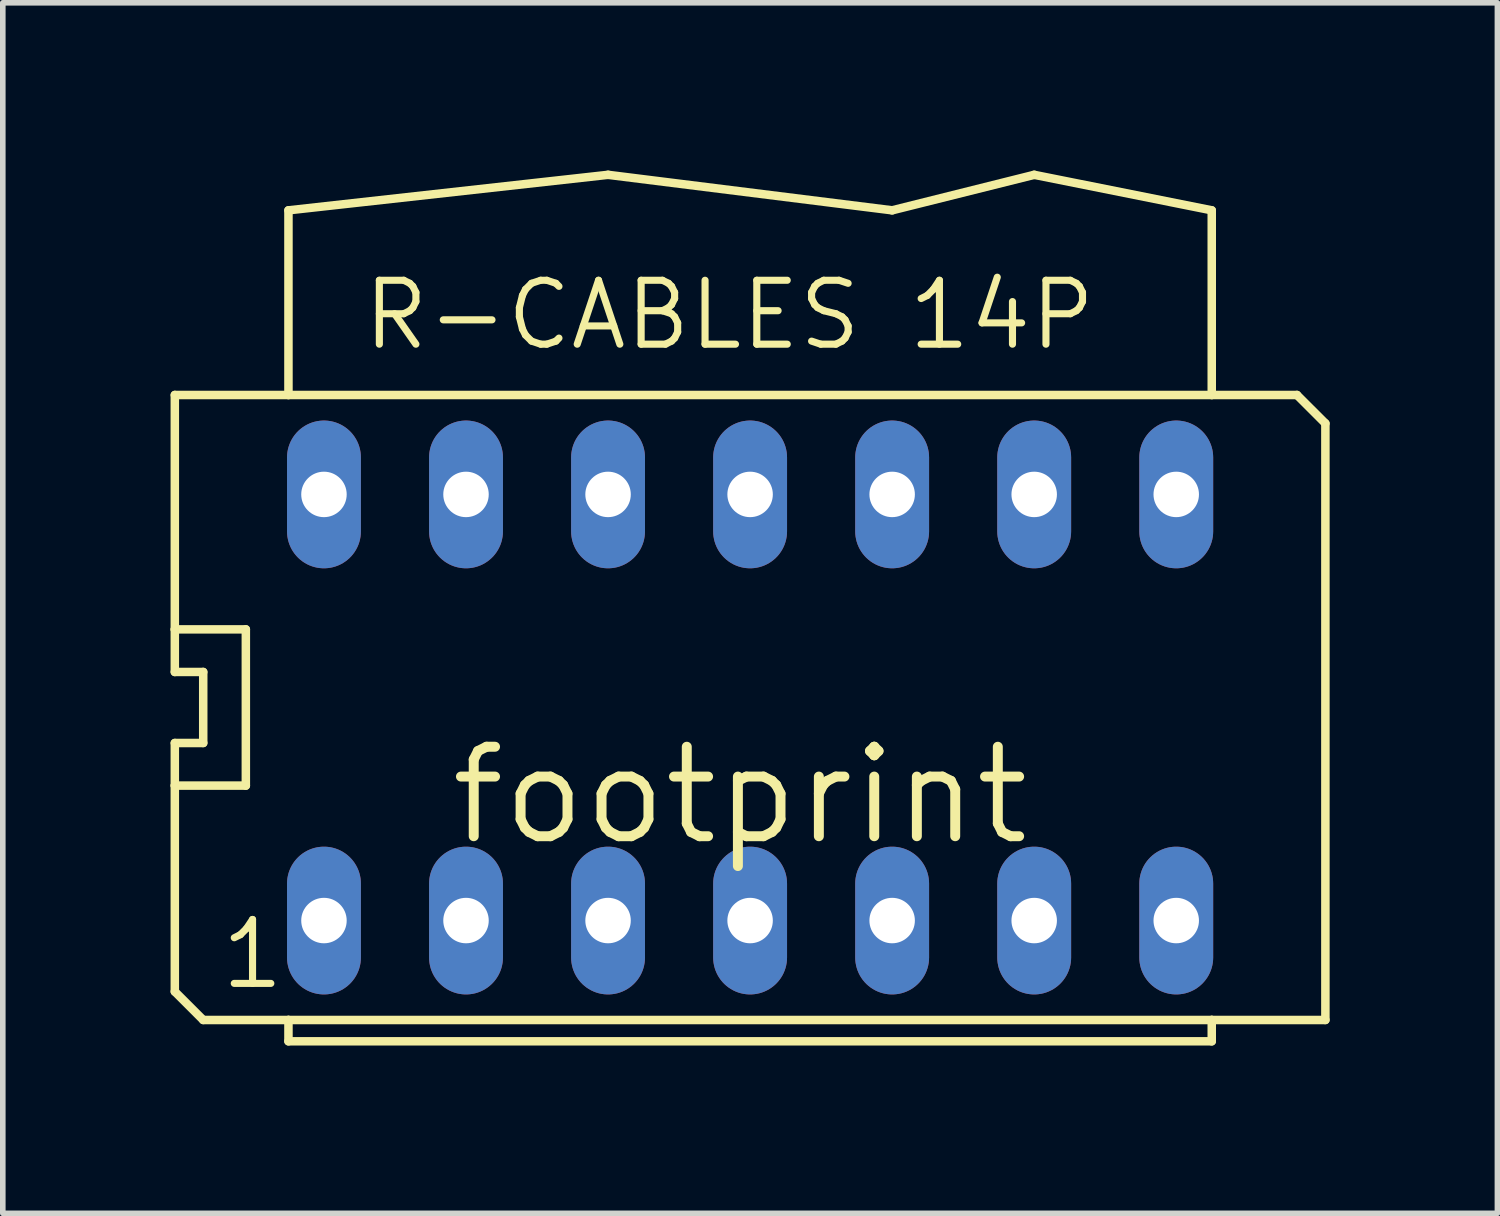
<source format=kicad_pcb>
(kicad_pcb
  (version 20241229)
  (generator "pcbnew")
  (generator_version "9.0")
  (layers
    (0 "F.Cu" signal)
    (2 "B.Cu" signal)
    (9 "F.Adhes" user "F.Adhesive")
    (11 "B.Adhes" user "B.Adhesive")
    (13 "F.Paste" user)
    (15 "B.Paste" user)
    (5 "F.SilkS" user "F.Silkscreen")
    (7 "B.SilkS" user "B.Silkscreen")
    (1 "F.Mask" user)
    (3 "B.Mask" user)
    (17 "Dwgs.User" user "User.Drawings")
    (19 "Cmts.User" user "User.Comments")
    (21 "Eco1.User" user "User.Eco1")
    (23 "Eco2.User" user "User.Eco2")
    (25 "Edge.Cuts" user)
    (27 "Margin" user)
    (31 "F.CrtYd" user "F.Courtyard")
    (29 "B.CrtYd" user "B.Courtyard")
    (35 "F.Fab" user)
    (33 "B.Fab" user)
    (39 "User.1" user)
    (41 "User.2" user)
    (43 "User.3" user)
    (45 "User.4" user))
  (footprint "footprint"
    (layer "F.Cu")
    (at 10.363 9.601)
    (property "Reference" "footprint" (at 5.08 0.635 0) (layer "F.SilkS") (effects (font (size 1.6 1.6) (thickness 0.178)) (justify right top)))
    (fp_line (start -10.287 -1.397) (end -10.287 -5.588) (stroke (width 0.152) (type solid)) (layer "F.SilkS"))
    (fp_line (start -10.287 -0.635) (end -10.287 -1.397) (stroke (width 0.152) (type solid)) (layer "F.SilkS"))
    (fp_line (start -10.287 0.635) (end -9.779 0.635) (stroke (width 0.152) (type solid)) (layer "F.SilkS"))
    (fp_line (start -10.287 1.397) (end -10.287 0.635) (stroke (width 0.152) (type solid)) (layer "F.SilkS"))
    (fp_line (start -10.287 1.397) (end -9.017 1.397) (stroke (width 0.152) (type solid)) (layer "F.SilkS"))
    (fp_line (start -10.287 5.08) (end -10.287 1.397) (stroke (width 0.152) (type solid)) (layer "F.SilkS"))
    (fp_line (start -9.779 -0.635) (end -10.287 -0.635) (stroke (width 0.152) (type solid)) (layer "F.SilkS"))
    (fp_line (start -9.779 -0.635) (end -9.779 0.635) (stroke (width 0.152) (type solid)) (layer "F.SilkS"))
    (fp_line (start -9.779 5.588) (end -10.287 5.08) (stroke (width 0.152) (type solid)) (layer "F.SilkS"))
    (fp_line (start -9.779 5.588) (end -8.255 5.588) (stroke (width 0.152) (type solid)) (layer "F.SilkS"))
    (fp_line (start -9.017 -1.397) (end -10.287 -1.397) (stroke (width 0.152) (type solid)) (layer "F.SilkS"))
    (fp_line (start -9.017 -1.397) (end -9.017 1.397) (stroke (width 0.152) (type solid)) (layer "F.SilkS"))
    (fp_line (start -8.255 -8.89) (end -8.255 -5.588) (stroke (width 0.152) (type solid)) (layer "F.SilkS"))
    (fp_line (start -8.255 -8.89) (end -2.54 -9.525) (stroke (width 0.152) (type solid)) (layer "F.SilkS"))
    (fp_line (start -8.255 -5.588) (end -10.287 -5.588) (stroke (width 0.152) (type solid)) (layer "F.SilkS"))
    (fp_line (start -8.255 5.588) (end 8.255 5.588) (stroke (width 0.152) (type solid)) (layer "F.SilkS"))
    (fp_line (start -8.255 5.969) (end -8.255 5.588) (stroke (width 0.152) (type solid)) (layer "F.SilkS"))
    (fp_line (start -8.255 5.969) (end 8.255 5.969) (stroke (width 0.152) (type solid)) (layer "F.SilkS"))
    (fp_line (start -2.54 -9.525) (end 2.54 -8.89) (stroke (width 0.152) (type solid)) (layer "F.SilkS"))
    (fp_line (start 2.54 -8.89) (end 5.08 -9.525) (stroke (width 0.152) (type solid)) (layer "F.SilkS"))
    (fp_line (start 5.08 -9.525) (end 8.255 -8.89) (stroke (width 0.152) (type solid)) (layer "F.SilkS"))
    (fp_line (start 8.255 -5.588) (end -8.255 -5.588) (stroke (width 0.152) (type solid)) (layer "F.SilkS"))
    (fp_line (start 8.255 -5.588) (end 8.255 -8.89) (stroke (width 0.152) (type solid)) (layer "F.SilkS"))
    (fp_line (start 8.255 5.588) (end 8.255 5.969) (stroke (width 0.152) (type solid)) (layer "F.SilkS"))
    (fp_line (start 8.255 5.588) (end 10.287 5.588) (stroke (width 0.152) (type solid)) (layer "F.SilkS"))
    (fp_line (start 9.779 -5.588) (end 8.255 -5.588) (stroke (width 0.152) (type solid)) (layer "F.SilkS"))
    (fp_line (start 10.287 -5.08) (end 9.779 -5.588) (stroke (width 0.152) (type solid)) (layer "F.SilkS"))
    (fp_line (start 10.287 5.588) (end 10.287 -5.08) (stroke (width 0.152) (type solid)) (layer "F.SilkS"))
    (fp_text user "R-CABLES 14P" (at -6.985 -6.35 0) (layer "F.SilkS") (effects (font (size 1.143 1.143) (thickness 0.127)) (justify left bottom)))
    (fp_text user "1" (at -9.525 5.08 0) (layer "F.SilkS") (effects (font (size 1.143 1.143) (thickness 0.127)) (justify left bottom)))
    (pad "1" thru_hole oval (at -7.62 3.81 90) (size 2.642 1.321) (drill 0.813) (layers "*.Cu" "*.Mask"))
    (pad "2" thru_hole oval (at -5.08 3.81 90) (size 2.642 1.321) (drill 0.813) (layers "*.Cu" "*.Mask"))
    (pad "3" thru_hole oval (at -2.54 3.81 90) (size 2.642 1.321) (drill 0.813) (layers "*.Cu" "*.Mask"))
    (pad "4" thru_hole oval (at 0 3.81 90) (size 2.642 1.321) (drill 0.813) (layers "*.Cu" "*.Mask"))
    (pad "5" thru_hole oval (at 2.54 3.81 90) (size 2.642 1.321) (drill 0.813) (layers "*.Cu" "*.Mask"))
    (pad "6" thru_hole oval (at 5.08 3.81 90) (size 2.642 1.321) (drill 0.813) (layers "*.Cu" "*.Mask"))
    (pad "7" thru_hole oval (at 7.62 3.81 90) (size 2.642 1.321) (drill 0.813) (layers "*.Cu" "*.Mask"))
    (pad "8" thru_hole oval (at 7.62 -3.81 90) (size 2.642 1.321) (drill 0.813) (layers "*.Cu" "*.Mask"))
    (pad "9" thru_hole oval (at 5.08 -3.81 90) (size 2.642 1.321) (drill 0.813) (layers "*.Cu" "*.Mask"))
    (pad "10" thru_hole oval (at 2.54 -3.81 90) (size 2.642 1.321) (drill 0.813) (layers "*.Cu" "*.Mask"))
    (pad "11" thru_hole oval (at 0 -3.81 90) (size 2.642 1.321) (drill 0.813) (layers "*.Cu" "*.Mask"))
    (pad "12" thru_hole oval (at -2.54 -3.81 90) (size 2.642 1.321) (drill 0.813) (layers "*.Cu" "*.Mask"))
    (pad "13" thru_hole oval (at -5.08 -3.81 90) (size 2.642 1.321) (drill 0.813) (layers "*.Cu" "*.Mask"))
    (pad "14" thru_hole oval (at -7.62 -3.81 90) (size 2.642 1.321) (drill 0.813) (layers "*.Cu" "*.Mask")))
  (gr_rect
    (start -3 -3)
    (end 23.726 18.646)
    (stroke (width 0.1) (type default))
    (fill no)
    (layer "Edge.Cuts")))
</source>
